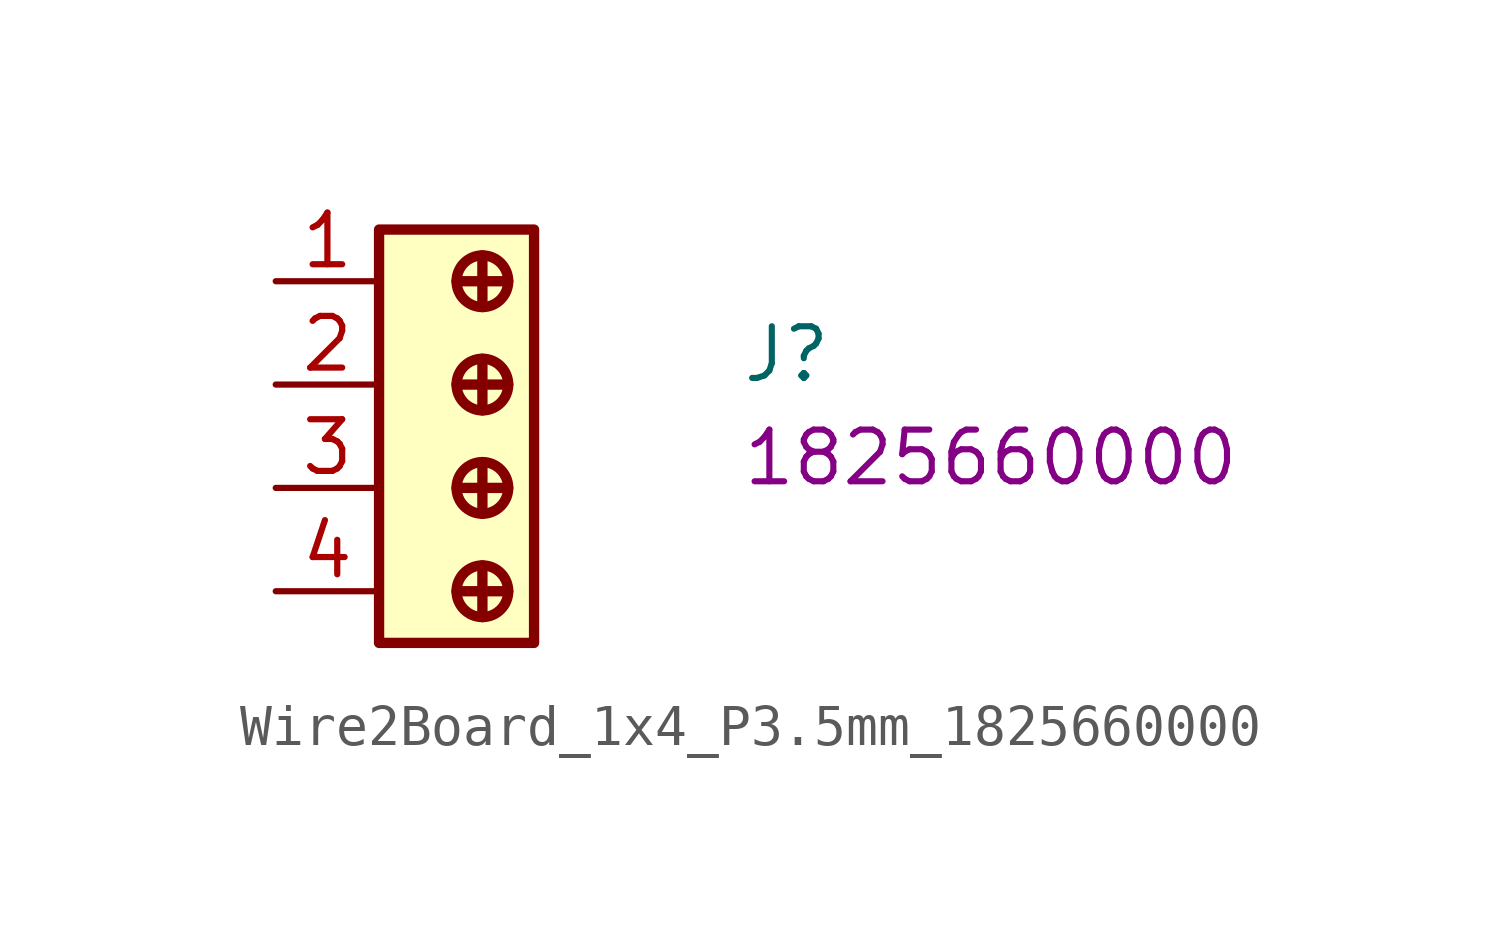
<source format=kicad_sym>
(kicad_symbol_lib
  (version 20220914)
  (generator kicad_symbol_editor)
  (symbol "Wire2Board_1x4_P3.5mm_1825660000"
    (property "Reference" "J"
      (at 11.43 -2.54 0)
      (effects (font (size 1.27 1.27) (thickness 0.15)) (justify left bottom)))
    (property "MPN" "1825660000"
      (at 11.43 -5.08 0)
      (effects (font (size 1.27 1.27) (thickness 0.15)) (justify left bottom)))
    (symbol "Wire2Board_1x4_P3.5mm_1825660000_1_1"
      (polyline (pts (xy 4.445 -7.62) (xy 5.715 -7.62)) (stroke (width 0.254) (type default)) (fill (type background)))
      (polyline (pts (xy 4.445 -5.08) (xy 5.715 -5.08)) (stroke (width 0.254) (type default)) (fill (type background)))
      (polyline (pts (xy 4.445 -2.54) (xy 5.715 -2.54)) (stroke (width 0.254) (type default)) (fill (type background)))
      (polyline (pts (xy 4.445 0) (xy 5.715 0)) (stroke (width 0.254) (type default)) (fill (type background)))
      (polyline (pts (xy 5.08 -6.985) (xy 5.08 -8.255)) (stroke (width 0.254) (type default)) (fill (type background)))
      (polyline (pts (xy 5.08 -5.715) (xy 5.08 -4.445)) (stroke (width 0.254) (type default)) (fill (type background)))
      (polyline (pts (xy 5.08 -1.905) (xy 5.08 -3.175)) (stroke (width 0.254) (type default)) (fill (type background)))
      (polyline (pts (xy 5.08 -0.635) (xy 5.08 0.635)) (stroke (width 0.254) (type default)) (fill (type background)))
      (circle (center 5.08 -7.62) (radius 0.635) (stroke (width 0.254) (type default)) (fill (type background)))
      (circle (center 5.08 -5.08) (radius 0.635) (stroke (width 0.254) (type default)) (fill (type background)))
      (circle (center 5.08 -2.54) (radius 0.635) (stroke (width 0.254) (type default)) (fill (type background)))
      (circle (center 5.08 0) (radius 0.635) (stroke (width 0.254) (type default)) (fill (type background)))
      (rectangle (start 6.35 -8.89) (end 2.54 1.27) (stroke (width 0.254) (type default)) (fill (type background)))
      (pin passive line (at 0 0 0) (length 2.54) (name "~" (effects (font (size 1.27 1.27)))) (number "1" (effects (font (size 1.27 1.27)))))
      (pin passive line (at 0 -2.54 0) (length 2.54) (name "~" (effects (font (size 1.27 1.27)))) (number "2" (effects (font (size 1.27 1.27)))))
      (pin passive line (at 0 -5.08 0) (length 2.54) (name "~" (effects (font (size 1.27 1.27)))) (number "3" (effects (font (size 1.27 1.27)))))
      (pin passive line (at 0 -7.62 0) (length 2.54) (name "~" (effects (font (size 1.27 1.27)))) (number "4" (effects (font (size 1.27 1.27))))))))
</source>
